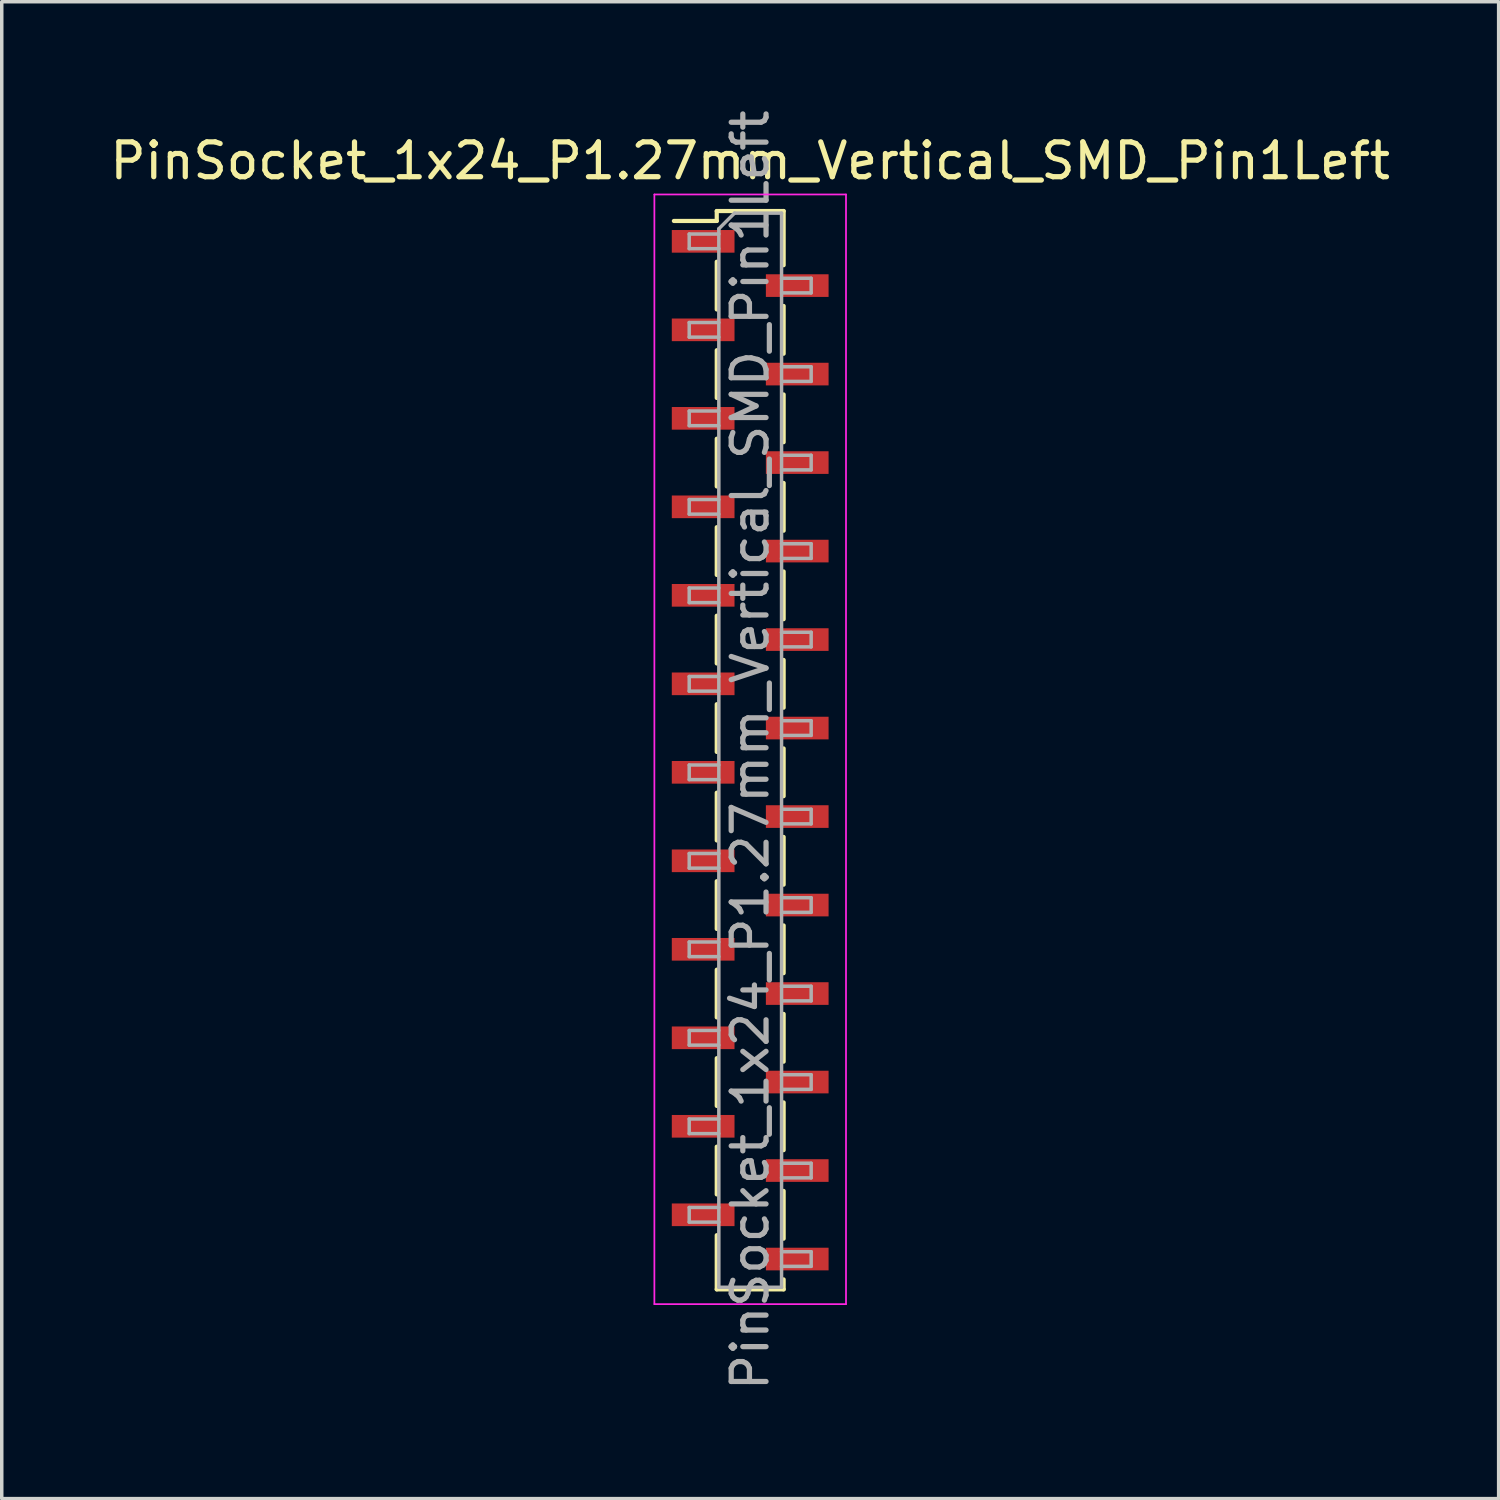
<source format=kicad_pcb>
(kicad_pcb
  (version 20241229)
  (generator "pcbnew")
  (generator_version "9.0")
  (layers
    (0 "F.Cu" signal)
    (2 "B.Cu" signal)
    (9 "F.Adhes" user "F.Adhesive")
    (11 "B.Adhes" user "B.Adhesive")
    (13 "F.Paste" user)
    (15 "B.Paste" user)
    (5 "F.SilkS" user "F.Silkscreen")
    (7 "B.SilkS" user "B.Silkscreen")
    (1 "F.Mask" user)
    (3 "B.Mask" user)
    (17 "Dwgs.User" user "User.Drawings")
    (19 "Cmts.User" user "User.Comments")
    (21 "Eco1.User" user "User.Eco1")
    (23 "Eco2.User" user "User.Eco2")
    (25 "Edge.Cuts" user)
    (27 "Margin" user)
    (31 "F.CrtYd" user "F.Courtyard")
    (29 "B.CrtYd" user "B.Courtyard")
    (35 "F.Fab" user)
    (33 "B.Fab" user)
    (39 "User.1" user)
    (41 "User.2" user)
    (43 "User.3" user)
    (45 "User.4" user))
  (footprint "PinSocket_1x24_P1.27mm_Vertical_SMD_Pin1Left"
    (layer "F.Cu")
    (at 18.482 18.482)
    (property "Reference" "PinSocket_1x24_P1.27mm_Vertical_SMD_Pin1Left" (at 0 -16.915 0) (layer "F.SilkS") (effects (font (size 1 1) (thickness 0.15))))
    (attr smd)
    (fp_line (start -2.19 -15.19) (end -0.96 -15.19) (stroke (width 0.12) (type solid)) (layer "F.SilkS"))
    (fp_line (start -0.96 -15.475) (end -0.96 -15.19) (stroke (width 0.12) (type solid)) (layer "F.SilkS"))
    (fp_line (start -0.96 -15.475) (end 0.96 -15.475) (stroke (width 0.12) (type solid)) (layer "F.SilkS"))
    (fp_line (start -0.96 -14.02) (end -0.96 -12.65) (stroke (width 0.12) (type solid)) (layer "F.SilkS"))
    (fp_line (start -0.96 -11.48) (end -0.96 -10.11) (stroke (width 0.12) (type solid)) (layer "F.SilkS"))
    (fp_line (start -0.96 -8.94) (end -0.96 -7.57) (stroke (width 0.12) (type solid)) (layer "F.SilkS"))
    (fp_line (start -0.96 -6.4) (end -0.96 -5.03) (stroke (width 0.12) (type solid)) (layer "F.SilkS"))
    (fp_line (start -0.96 -3.86) (end -0.96 -2.49) (stroke (width 0.12) (type solid)) (layer "F.SilkS"))
    (fp_line (start -0.96 -1.32) (end -0.96 0.05) (stroke (width 0.12) (type solid)) (layer "F.SilkS"))
    (fp_line (start -0.96 1.22) (end -0.96 2.59) (stroke (width 0.12) (type solid)) (layer "F.SilkS"))
    (fp_line (start -0.96 3.76) (end -0.96 5.13) (stroke (width 0.12) (type solid)) (layer "F.SilkS"))
    (fp_line (start -0.96 6.3) (end -0.96 7.67) (stroke (width 0.12) (type solid)) (layer "F.SilkS"))
    (fp_line (start -0.96 8.84) (end -0.96 10.21) (stroke (width 0.12) (type solid)) (layer "F.SilkS"))
    (fp_line (start -0.96 11.38) (end -0.96 12.75) (stroke (width 0.12) (type solid)) (layer "F.SilkS"))
    (fp_line (start -0.96 13.92) (end -0.96 15.475) (stroke (width 0.12) (type solid)) (layer "F.SilkS"))
    (fp_line (start -0.96 15.475) (end 0.96 15.475) (stroke (width 0.12) (type solid)) (layer "F.SilkS"))
    (fp_line (start 0.96 -15.475) (end 0.96 -13.92) (stroke (width 0.12) (type solid)) (layer "F.SilkS"))
    (fp_line (start 0.96 -12.75) (end 0.96 -11.38) (stroke (width 0.12) (type solid)) (layer "F.SilkS"))
    (fp_line (start 0.96 -10.21) (end 0.96 -8.84) (stroke (width 0.12) (type solid)) (layer "F.SilkS"))
    (fp_line (start 0.96 -7.67) (end 0.96 -6.3) (stroke (width 0.12) (type solid)) (layer "F.SilkS"))
    (fp_line (start 0.96 -5.13) (end 0.96 -3.76) (stroke (width 0.12) (type solid)) (layer "F.SilkS"))
    (fp_line (start 0.96 -2.59) (end 0.96 -1.22) (stroke (width 0.12) (type solid)) (layer "F.SilkS"))
    (fp_line (start 0.96 -0.05) (end 0.96 1.32) (stroke (width 0.12) (type solid)) (layer "F.SilkS"))
    (fp_line (start 0.96 2.49) (end 0.96 3.86) (stroke (width 0.12) (type solid)) (layer "F.SilkS"))
    (fp_line (start 0.96 5.03) (end 0.96 6.4) (stroke (width 0.12) (type solid)) (layer "F.SilkS"))
    (fp_line (start 0.96 7.57) (end 0.96 8.94) (stroke (width 0.12) (type solid)) (layer "F.SilkS"))
    (fp_line (start 0.96 10.11) (end 0.96 11.48) (stroke (width 0.12) (type solid)) (layer "F.SilkS"))
    (fp_line (start 0.96 12.65) (end 0.96 14.02) (stroke (width 0.12) (type solid)) (layer "F.SilkS"))
    (fp_line (start 0.96 15.19) (end 0.96 15.475) (stroke (width 0.12) (type solid)) (layer "F.SilkS"))
    (fp_line (start -2.75 -15.95) (end 2.75 -15.95) (stroke (width 0.05) (type solid)) (layer "F.CrtYd"))
    (fp_line (start -2.75 15.9) (end -2.75 -15.95) (stroke (width 0.05) (type solid)) (layer "F.CrtYd"))
    (fp_line (start 2.75 -15.95) (end 2.75 15.9) (stroke (width 0.05) (type solid)) (layer "F.CrtYd"))
    (fp_line (start 2.75 15.9) (end -2.75 15.9) (stroke (width 0.05) (type solid)) (layer "F.CrtYd"))
    (fp_line (start -1.75 -14.815) (end -0.9 -14.815) (stroke (width 0.1) (type solid)) (layer "F.Fab"))
    (fp_line (start -1.75 -14.395) (end -1.75 -14.815) (stroke (width 0.1) (type solid)) (layer "F.Fab"))
    (fp_line (start -1.75 -12.275) (end -0.9 -12.275) (stroke (width 0.1) (type solid)) (layer "F.Fab"))
    (fp_line (start -1.75 -11.855) (end -1.75 -12.275) (stroke (width 0.1) (type solid)) (layer "F.Fab"))
    (fp_line (start -1.75 -9.735) (end -0.9 -9.735) (stroke (width 0.1) (type solid)) (layer "F.Fab"))
    (fp_line (start -1.75 -9.315) (end -1.75 -9.735) (stroke (width 0.1) (type solid)) (layer "F.Fab"))
    (fp_line (start -1.75 -7.195) (end -0.9 -7.195) (stroke (width 0.1) (type solid)) (layer "F.Fab"))
    (fp_line (start -1.75 -6.775) (end -1.75 -7.195) (stroke (width 0.1) (type solid)) (layer "F.Fab"))
    (fp_line (start -1.75 -4.655) (end -0.9 -4.655) (stroke (width 0.1) (type solid)) (layer "F.Fab"))
    (fp_line (start -1.75 -4.235) (end -1.75 -4.655) (stroke (width 0.1) (type solid)) (layer "F.Fab"))
    (fp_line (start -1.75 -2.115) (end -0.9 -2.115) (stroke (width 0.1) (type solid)) (layer "F.Fab"))
    (fp_line (start -1.75 -1.695) (end -1.75 -2.115) (stroke (width 0.1) (type solid)) (layer "F.Fab"))
    (fp_line (start -1.75 0.425) (end -0.9 0.425) (stroke (width 0.1) (type solid)) (layer "F.Fab"))
    (fp_line (start -1.75 0.845) (end -1.75 0.425) (stroke (width 0.1) (type solid)) (layer "F.Fab"))
    (fp_line (start -1.75 2.965) (end -0.9 2.965) (stroke (width 0.1) (type solid)) (layer "F.Fab"))
    (fp_line (start -1.75 3.385) (end -1.75 2.965) (stroke (width 0.1) (type solid)) (layer "F.Fab"))
    (fp_line (start -1.75 5.505) (end -0.9 5.505) (stroke (width 0.1) (type solid)) (layer "F.Fab"))
    (fp_line (start -1.75 5.925) (end -1.75 5.505) (stroke (width 0.1) (type solid)) (layer "F.Fab"))
    (fp_line (start -1.75 8.045) (end -0.9 8.045) (stroke (width 0.1) (type solid)) (layer "F.Fab"))
    (fp_line (start -1.75 8.465) (end -1.75 8.045) (stroke (width 0.1) (type solid)) (layer "F.Fab"))
    (fp_line (start -1.75 10.585) (end -0.9 10.585) (stroke (width 0.1) (type solid)) (layer "F.Fab"))
    (fp_line (start -1.75 11.005) (end -1.75 10.585) (stroke (width 0.1) (type solid)) (layer "F.Fab"))
    (fp_line (start -1.75 13.125) (end -0.9 13.125) (stroke (width 0.1) (type solid)) (layer "F.Fab"))
    (fp_line (start -1.75 13.545) (end -1.75 13.125) (stroke (width 0.1) (type solid)) (layer "F.Fab"))
    (fp_line (start -0.9 -14.965) (end -0.45 -15.415) (stroke (width 0.1) (type solid)) (layer "F.Fab"))
    (fp_line (start -0.9 -14.395) (end -1.75 -14.395) (stroke (width 0.1) (type solid)) (layer "F.Fab"))
    (fp_line (start -0.9 -11.855) (end -1.75 -11.855) (stroke (width 0.1) (type solid)) (layer "F.Fab"))
    (fp_line (start -0.9 -9.315) (end -1.75 -9.315) (stroke (width 0.1) (type solid)) (layer "F.Fab"))
    (fp_line (start -0.9 -6.775) (end -1.75 -6.775) (stroke (width 0.1) (type solid)) (layer "F.Fab"))
    (fp_line (start -0.9 -4.235) (end -1.75 -4.235) (stroke (width 0.1) (type solid)) (layer "F.Fab"))
    (fp_line (start -0.9 -1.695) (end -1.75 -1.695) (stroke (width 0.1) (type solid)) (layer "F.Fab"))
    (fp_line (start -0.9 0.845) (end -1.75 0.845) (stroke (width 0.1) (type solid)) (layer "F.Fab"))
    (fp_line (start -0.9 3.385) (end -1.75 3.385) (stroke (width 0.1) (type solid)) (layer "F.Fab"))
    (fp_line (start -0.9 5.925) (end -1.75 5.925) (stroke (width 0.1) (type solid)) (layer "F.Fab"))
    (fp_line (start -0.9 8.465) (end -1.75 8.465) (stroke (width 0.1) (type solid)) (layer "F.Fab"))
    (fp_line (start -0.9 11.005) (end -1.75 11.005) (stroke (width 0.1) (type solid)) (layer "F.Fab"))
    (fp_line (start -0.9 13.545) (end -1.75 13.545) (stroke (width 0.1) (type solid)) (layer "F.Fab"))
    (fp_line (start -0.9 15.415) (end -0.9 -14.965) (stroke (width 0.1) (type solid)) (layer "F.Fab"))
    (fp_line (start -0.45 -15.415) (end 0.9 -15.415) (stroke (width 0.1) (type solid)) (layer "F.Fab"))
    (fp_line (start 0.9 -15.415) (end 0.9 15.415) (stroke (width 0.1) (type solid)) (layer "F.Fab"))
    (fp_line (start 0.9 -13.545) (end 1.75 -13.545) (stroke (width 0.1) (type solid)) (layer "F.Fab"))
    (fp_line (start 0.9 -11.005) (end 1.75 -11.005) (stroke (width 0.1) (type solid)) (layer "F.Fab"))
    (fp_line (start 0.9 -8.465) (end 1.75 -8.465) (stroke (width 0.1) (type solid)) (layer "F.Fab"))
    (fp_line (start 0.9 -5.925) (end 1.75 -5.925) (stroke (width 0.1) (type solid)) (layer "F.Fab"))
    (fp_line (start 0.9 -3.385) (end 1.75 -3.385) (stroke (width 0.1) (type solid)) (layer "F.Fab"))
    (fp_line (start 0.9 -0.845) (end 1.75 -0.845) (stroke (width 0.1) (type solid)) (layer "F.Fab"))
    (fp_line (start 0.9 1.695) (end 1.75 1.695) (stroke (width 0.1) (type solid)) (layer "F.Fab"))
    (fp_line (start 0.9 4.235) (end 1.75 4.235) (stroke (width 0.1) (type solid)) (layer "F.Fab"))
    (fp_line (start 0.9 6.775) (end 1.75 6.775) (stroke (width 0.1) (type solid)) (layer "F.Fab"))
    (fp_line (start 0.9 9.315) (end 1.75 9.315) (stroke (width 0.1) (type solid)) (layer "F.Fab"))
    (fp_line (start 0.9 11.855) (end 1.75 11.855) (stroke (width 0.1) (type solid)) (layer "F.Fab"))
    (fp_line (start 0.9 14.395) (end 1.75 14.395) (stroke (width 0.1) (type solid)) (layer "F.Fab"))
    (fp_line (start 0.9 15.415) (end -0.9 15.415) (stroke (width 0.1) (type solid)) (layer "F.Fab"))
    (fp_line (start 1.75 -13.545) (end 1.75 -13.125) (stroke (width 0.1) (type solid)) (layer "F.Fab"))
    (fp_line (start 1.75 -13.125) (end 0.9 -13.125) (stroke (width 0.1) (type solid)) (layer "F.Fab"))
    (fp_line (start 1.75 -11.005) (end 1.75 -10.585) (stroke (width 0.1) (type solid)) (layer "F.Fab"))
    (fp_line (start 1.75 -10.585) (end 0.9 -10.585) (stroke (width 0.1) (type solid)) (layer "F.Fab"))
    (fp_line (start 1.75 -8.465) (end 1.75 -8.045) (stroke (width 0.1) (type solid)) (layer "F.Fab"))
    (fp_line (start 1.75 -8.045) (end 0.9 -8.045) (stroke (width 0.1) (type solid)) (layer "F.Fab"))
    (fp_line (start 1.75 -5.925) (end 1.75 -5.505) (stroke (width 0.1) (type solid)) (layer "F.Fab"))
    (fp_line (start 1.75 -5.505) (end 0.9 -5.505) (stroke (width 0.1) (type solid)) (layer "F.Fab"))
    (fp_line (start 1.75 -3.385) (end 1.75 -2.965) (stroke (width 0.1) (type solid)) (layer "F.Fab"))
    (fp_line (start 1.75 -2.965) (end 0.9 -2.965) (stroke (width 0.1) (type solid)) (layer "F.Fab"))
    (fp_line (start 1.75 -0.845) (end 1.75 -0.425) (stroke (width 0.1) (type solid)) (layer "F.Fab"))
    (fp_line (start 1.75 -0.425) (end 0.9 -0.425) (stroke (width 0.1) (type solid)) (layer "F.Fab"))
    (fp_line (start 1.75 1.695) (end 1.75 2.115) (stroke (width 0.1) (type solid)) (layer "F.Fab"))
    (fp_line (start 1.75 2.115) (end 0.9 2.115) (stroke (width 0.1) (type solid)) (layer "F.Fab"))
    (fp_line (start 1.75 4.235) (end 1.75 4.655) (stroke (width 0.1) (type solid)) (layer "F.Fab"))
    (fp_line (start 1.75 4.655) (end 0.9 4.655) (stroke (width 0.1) (type solid)) (layer "F.Fab"))
    (fp_line (start 1.75 6.775) (end 1.75 7.195) (stroke (width 0.1) (type solid)) (layer "F.Fab"))
    (fp_line (start 1.75 7.195) (end 0.9 7.195) (stroke (width 0.1) (type solid)) (layer "F.Fab"))
    (fp_line (start 1.75 9.315) (end 1.75 9.735) (stroke (width 0.1) (type solid)) (layer "F.Fab"))
    (fp_line (start 1.75 9.735) (end 0.9 9.735) (stroke (width 0.1) (type solid)) (layer "F.Fab"))
    (fp_line (start 1.75 11.855) (end 1.75 12.275) (stroke (width 0.1) (type solid)) (layer "F.Fab"))
    (fp_line (start 1.75 12.275) (end 0.9 12.275) (stroke (width 0.1) (type solid)) (layer "F.Fab"))
    (fp_line (start 1.75 14.395) (end 1.75 14.815) (stroke (width 0.1) (type solid)) (layer "F.Fab"))
    (fp_line (start 1.75 14.815) (end 0.9 14.815) (stroke (width 0.1) (type solid)) (layer "F.Fab"))
    (fp_text user "${REFERENCE}" (at 0 0 90) (layer "F.Fab") (effects (font (size 1 1) (thickness 0.15))))
    (pad "1" smd rect (at -1.35 -14.605) (size 1.8 0.65) (layers "F.Cu" "F.Mask" "F.Paste"))
    (pad "2" smd rect (at 1.35 -13.335) (size 1.8 0.65) (layers "F.Cu" "F.Mask" "F.Paste"))
    (pad "3" smd rect (at -1.35 -12.065) (size 1.8 0.65) (layers "F.Cu" "F.Mask" "F.Paste"))
    (pad "4" smd rect (at 1.35 -10.795) (size 1.8 0.65) (layers "F.Cu" "F.Mask" "F.Paste"))
    (pad "5" smd rect (at -1.35 -9.525) (size 1.8 0.65) (layers "F.Cu" "F.Mask" "F.Paste"))
    (pad "6" smd rect (at 1.35 -8.255) (size 1.8 0.65) (layers "F.Cu" "F.Mask" "F.Paste"))
    (pad "7" smd rect (at -1.35 -6.985) (size 1.8 0.65) (layers "F.Cu" "F.Mask" "F.Paste"))
    (pad "8" smd rect (at 1.35 -5.715) (size 1.8 0.65) (layers "F.Cu" "F.Mask" "F.Paste"))
    (pad "9" smd rect (at -1.35 -4.445) (size 1.8 0.65) (layers "F.Cu" "F.Mask" "F.Paste"))
    (pad "10" smd rect (at 1.35 -3.175) (size 1.8 0.65) (layers "F.Cu" "F.Mask" "F.Paste"))
    (pad "11" smd rect (at -1.35 -1.905) (size 1.8 0.65) (layers "F.Cu" "F.Mask" "F.Paste"))
    (pad "12" smd rect (at 1.35 -0.635) (size 1.8 0.65) (layers "F.Cu" "F.Mask" "F.Paste"))
    (pad "13" smd rect (at -1.35 0.635) (size 1.8 0.65) (layers "F.Cu" "F.Mask" "F.Paste"))
    (pad "14" smd rect (at 1.35 1.905) (size 1.8 0.65) (layers "F.Cu" "F.Mask" "F.Paste"))
    (pad "15" smd rect (at -1.35 3.175) (size 1.8 0.65) (layers "F.Cu" "F.Mask" "F.Paste"))
    (pad "16" smd rect (at 1.35 4.445) (size 1.8 0.65) (layers "F.Cu" "F.Mask" "F.Paste"))
    (pad "17" smd rect (at -1.35 5.715) (size 1.8 0.65) (layers "F.Cu" "F.Mask" "F.Paste"))
    (pad "18" smd rect (at 1.35 6.985) (size 1.8 0.65) (layers "F.Cu" "F.Mask" "F.Paste"))
    (pad "19" smd rect (at -1.35 8.255) (size 1.8 0.65) (layers "F.Cu" "F.Mask" "F.Paste"))
    (pad "20" smd rect (at 1.35 9.525) (size 1.8 0.65) (layers "F.Cu" "F.Mask" "F.Paste"))
    (pad "21" smd rect (at -1.35 10.795) (size 1.8 0.65) (layers "F.Cu" "F.Mask" "F.Paste"))
    (pad "22" smd rect (at 1.35 12.065) (size 1.8 0.65) (layers "F.Cu" "F.Mask" "F.Paste"))
    (pad "23" smd rect (at -1.35 13.335) (size 1.8 0.65) (layers "F.Cu" "F.Mask" "F.Paste"))
    (pad "24" smd rect (at 1.35 14.605) (size 1.8 0.65) (layers "F.Cu" "F.Mask" "F.Paste")))
  (gr_rect
    (start -3 -3)
    (end 39.964 39.964)
    (stroke (width 0.1) (type default))
    (fill no)
    (layer "Edge.Cuts")))
</source>
